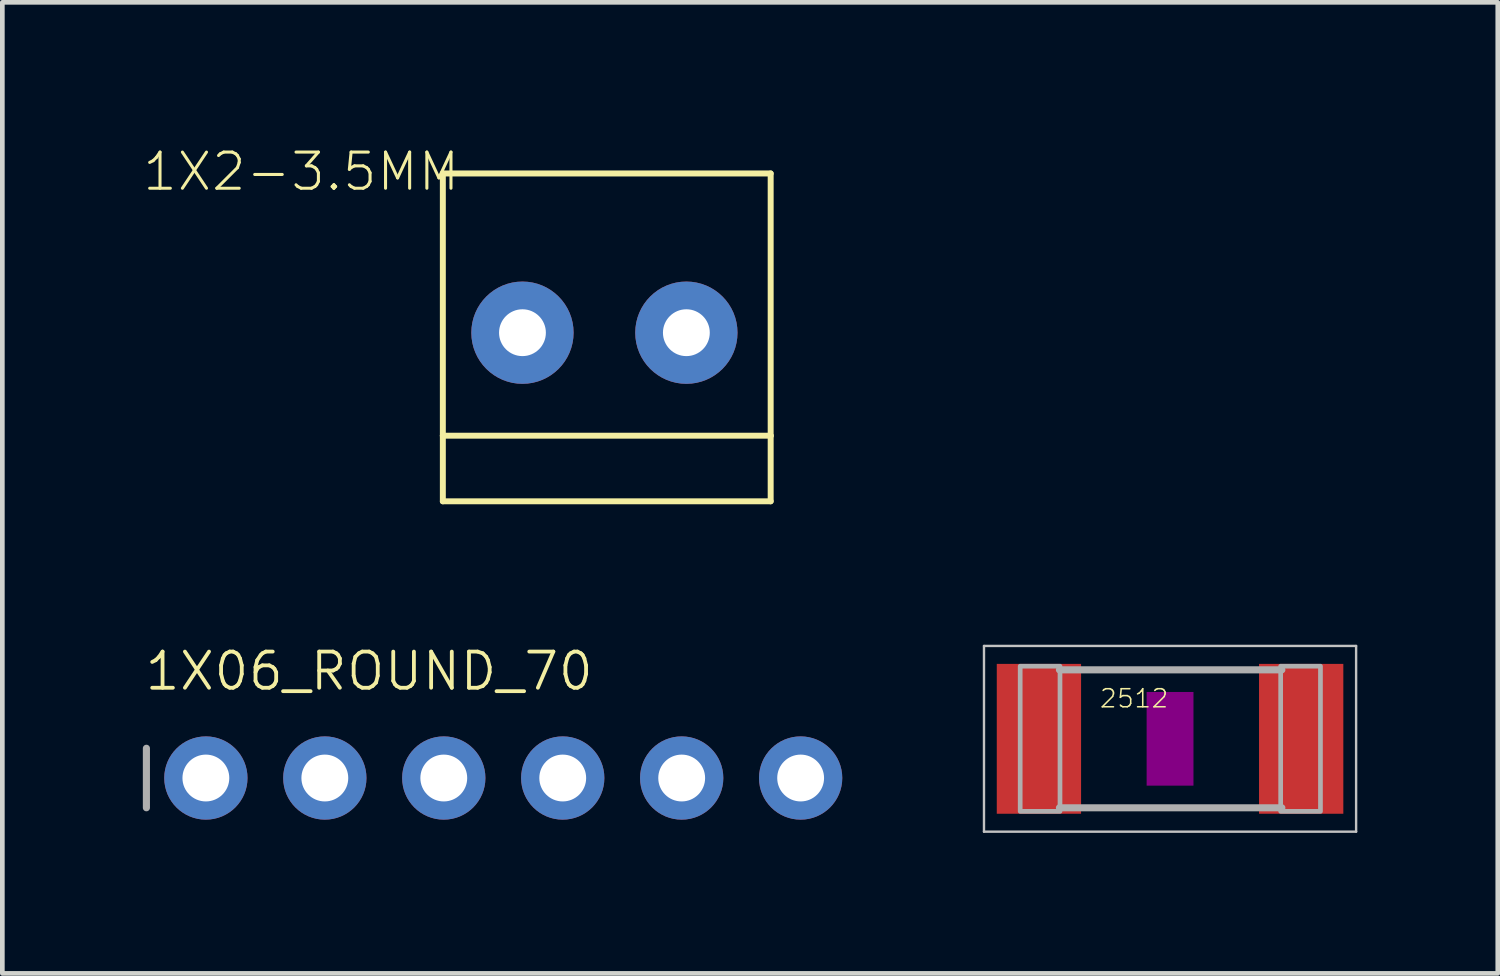
<source format=kicad_pcb>
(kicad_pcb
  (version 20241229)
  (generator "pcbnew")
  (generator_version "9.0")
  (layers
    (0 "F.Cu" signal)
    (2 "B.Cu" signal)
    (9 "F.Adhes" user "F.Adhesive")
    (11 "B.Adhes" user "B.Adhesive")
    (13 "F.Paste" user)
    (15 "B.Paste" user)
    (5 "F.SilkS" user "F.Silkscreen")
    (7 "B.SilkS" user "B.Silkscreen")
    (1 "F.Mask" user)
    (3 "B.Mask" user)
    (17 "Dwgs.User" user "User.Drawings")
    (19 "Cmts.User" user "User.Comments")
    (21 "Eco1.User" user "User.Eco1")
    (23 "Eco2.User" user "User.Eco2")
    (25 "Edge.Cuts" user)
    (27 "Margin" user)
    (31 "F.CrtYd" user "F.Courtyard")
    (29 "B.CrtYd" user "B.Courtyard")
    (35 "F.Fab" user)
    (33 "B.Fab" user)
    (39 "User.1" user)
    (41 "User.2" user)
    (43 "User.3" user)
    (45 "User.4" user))
  (footprint "2512"
    (layer "F.Cu")
    (at 21.934 12.726)
    (property "Reference" "2512" (at -1.524 -0.635 0) (layer "F.SilkS") (effects (font (size 0.386 0.386) (thickness 0.033)) (justify left bottom)))
    (attr through_hole)
    (fp_poly (pts (xy -0.5 1) (xy 0.5 1) (xy 0.5 -1) (xy -0.5 -1)) (stroke (width 0) (type solid)) (fill yes) (layer "F.Adhes"))
    (fp_line (start -3.973 -1.983) (end 3.973 -1.983) (stroke (width 0.051) (type solid)) (layer "Dwgs.User"))
    (fp_line (start -3.973 1.983) (end -3.973 -1.983) (stroke (width 0.051) (type solid)) (layer "Dwgs.User"))
    (fp_line (start 3.973 -1.983) (end 3.973 1.983) (stroke (width 0.051) (type solid)) (layer "Dwgs.User"))
    (fp_line (start 3.973 1.983) (end -3.973 1.983) (stroke (width 0.051) (type solid)) (layer "Dwgs.User"))
    (fp_line (start -2.362 -1.473) (end 2.387 -1.473) (stroke (width 0.152) (type solid)) (layer "F.Fab"))
    (fp_line (start -2.362 1.473) (end 2.387 1.473) (stroke (width 0.152) (type solid)) (layer "F.Fab"))
    (fp_poly (pts (xy -3.2 1.549) (xy -2.35 1.549) (xy -2.35 -1.551) (xy -3.2 -1.551)) (stroke (width 0.1) (type solid)) (fill no) (layer "F.Fab"))
    (fp_poly (pts (xy 2.362 1.549) (xy 3.212 1.549) (xy 3.212 -1.551) (xy 2.362 -1.551)) (stroke (width 0.1) (type solid)) (fill no) (layer "F.Fab"))
    (pad "1" smd rect (at -2.8 0) (size 1.8 3.2) (layers "F.Cu" "F.Mask" "F.Paste"))
    (pad "2" smd rect (at 2.8 0) (size 1.8 3.2) (layers "F.Cu" "F.Mask" "F.Paste")))
  (footprint "1X06_ROUND_70"
    (layer "F.Cu")
    (at 7.696 13.563)
    (property "Reference" "1X06_ROUND_70" (at -7.696 -1.829 0) (layer "F.SilkS") (effects (font (size 0.772 0.772) (thickness 0.081)) (justify left bottom)))
    (attr through_hole)
    (fp_line (start -7.62 -0.635) (end -7.62 0.635) (stroke (width 0.152) (type solid)) (layer "F.Fab"))
    (fp_poly (pts (xy -6.604 0.254) (xy -6.096 0.254) (xy -6.096 -0.254) (xy -6.604 -0.254)) (stroke (width 0.1) (type solid)) (fill no) (layer "F.Fab"))
    (fp_poly (pts (xy -4.064 0.254) (xy -3.556 0.254) (xy -3.556 -0.254) (xy -4.064 -0.254)) (stroke (width 0.1) (type solid)) (fill no) (layer "F.Fab"))
    (fp_poly (pts (xy -1.524 0.254) (xy -1.016 0.254) (xy -1.016 -0.254) (xy -1.524 -0.254)) (stroke (width 0.1) (type solid)) (fill no) (layer "F.Fab"))
    (fp_poly (pts (xy 1.016 0.254) (xy 1.524 0.254) (xy 1.524 -0.254) (xy 1.016 -0.254)) (stroke (width 0.1) (type solid)) (fill no) (layer "F.Fab"))
    (fp_poly (pts (xy 3.556 0.254) (xy 4.064 0.254) (xy 4.064 -0.254) (xy 3.556 -0.254)) (stroke (width 0.1) (type solid)) (fill no) (layer "F.Fab"))
    (fp_poly (pts (xy 6.096 0.254) (xy 6.604 0.254) (xy 6.604 -0.254) (xy 6.096 -0.254)) (stroke (width 0.1) (type solid)) (fill no) (layer "F.Fab"))
    (pad "1" thru_hole circle (at -6.35 0 90) (size 1.778 1.778) (drill 1) (layers "*.Cu" "*.Mask"))
    (pad "2" thru_hole circle (at -3.81 0 90) (size 1.778 1.778) (drill 1) (layers "*.Cu" "*.Mask"))
    (pad "3" thru_hole circle (at -1.27 0 90) (size 1.778 1.778) (drill 1) (layers "*.Cu" "*.Mask"))
    (pad "4" thru_hole circle (at 1.27 0 90) (size 1.778 1.778) (drill 1) (layers "*.Cu" "*.Mask"))
    (pad "5" thru_hole circle (at 3.81 0 90) (size 1.778 1.778) (drill 1) (layers "*.Cu" "*.Mask"))
    (pad "6" thru_hole circle (at 6.35 0 90) (size 1.778 1.778) (drill 1) (layers "*.Cu" "*.Mask")))
  (footprint "1X2-3.5MM"
    (layer "F.Cu")
    (at 9.806 4.054)
    (property "Reference" "1X2-3.5MM" (at -3 -3.89 0) (layer "F.SilkS") (effects (font (size 0.772 0.772) (thickness 0.065)) (justify right top)))
    (attr through_hole)
    (fp_line (start -3.4 -3.4) (end -3.4 2.2) (stroke (width 0.127) (type solid)) (layer "F.SilkS"))
    (fp_line (start -3.4 2.2) (end -3.4 3.6) (stroke (width 0.127) (type solid)) (layer "F.SilkS"))
    (fp_line (start -3.4 2.2) (end 3.6 2.2) (stroke (width 0.127) (type solid)) (layer "F.SilkS"))
    (fp_line (start -3.4 3.6) (end 3.6 3.6) (stroke (width 0.127) (type solid)) (layer "F.SilkS"))
    (fp_line (start 3.6 -3.4) (end -3.4 -3.4) (stroke (width 0.127) (type solid)) (layer "F.SilkS"))
    (fp_line (start 3.6 2.2) (end 3.6 -3.4) (stroke (width 0.127) (type solid)) (layer "F.SilkS"))
    (fp_line (start 3.6 3.6) (end 3.6 2.2) (stroke (width 0.127) (type solid)) (layer "F.SilkS"))
    (pad "1" thru_hole circle (at 1.8 0) (size 2.184 2.184) (drill 1) (layers "*.Cu" "*.Mask"))
    (pad "2" thru_hole circle (at -1.7 0) (size 2.184 2.184) (drill 1) (layers "*.Cu" "*.Mask")))
  (gr_rect
    (start -3 -3)
    (end 28.932 17.735)
    (stroke (width 0.1) (type default))
    (fill no)
    (layer "Edge.Cuts")))
</source>
